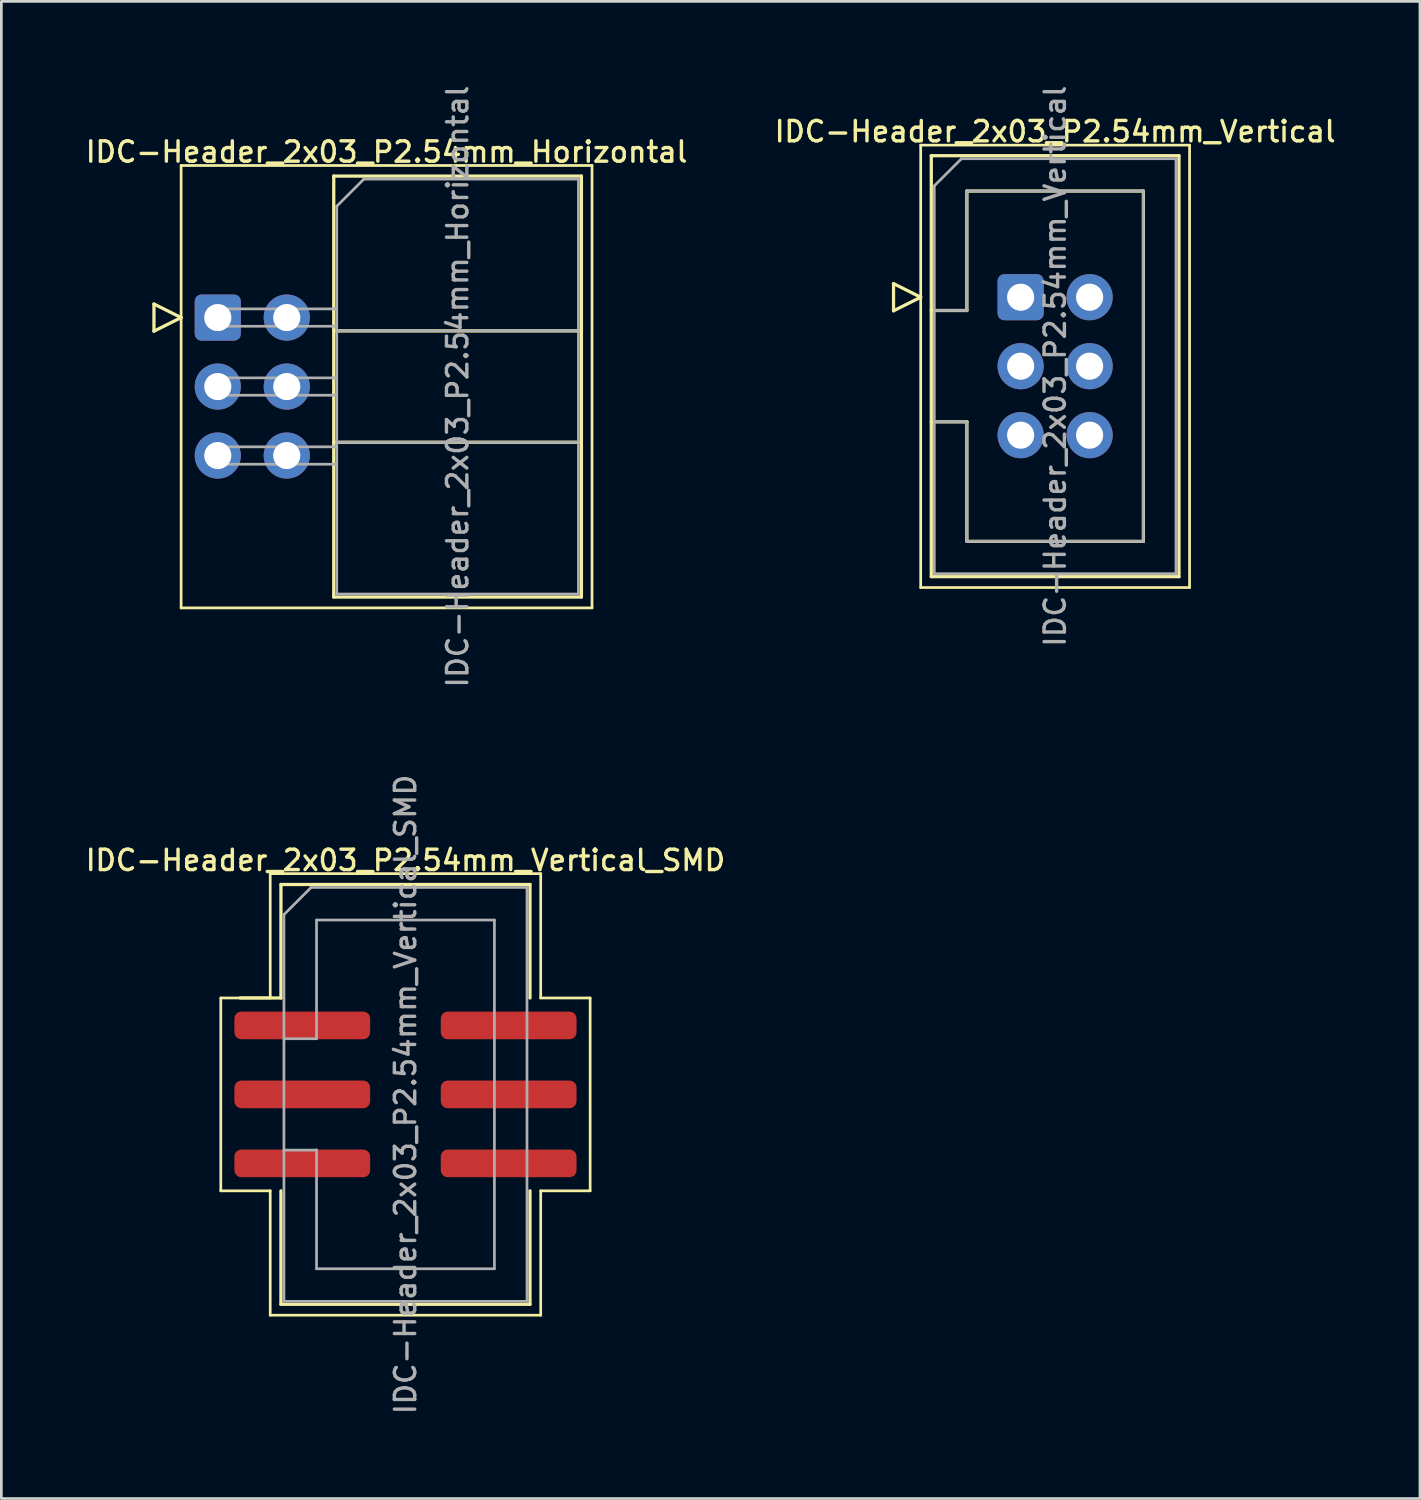
<source format=kicad_pcb>
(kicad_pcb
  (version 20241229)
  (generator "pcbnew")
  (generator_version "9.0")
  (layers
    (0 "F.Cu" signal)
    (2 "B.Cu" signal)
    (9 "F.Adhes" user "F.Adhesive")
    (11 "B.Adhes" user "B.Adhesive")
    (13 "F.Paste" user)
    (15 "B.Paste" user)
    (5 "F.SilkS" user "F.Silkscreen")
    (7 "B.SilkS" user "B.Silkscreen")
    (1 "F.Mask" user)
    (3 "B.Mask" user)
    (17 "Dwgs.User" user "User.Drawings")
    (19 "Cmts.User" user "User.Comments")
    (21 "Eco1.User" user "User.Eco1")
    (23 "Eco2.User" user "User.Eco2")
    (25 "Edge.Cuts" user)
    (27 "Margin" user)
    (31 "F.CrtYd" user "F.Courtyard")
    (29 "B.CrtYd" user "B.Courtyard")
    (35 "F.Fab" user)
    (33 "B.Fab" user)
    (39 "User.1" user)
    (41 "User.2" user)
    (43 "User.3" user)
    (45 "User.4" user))
  (footprint "IDC-Header_2x03_P2.54mm_Horizontal"
    (layer "F.Cu")
    (at 4.969 8.644)
    (property "Reference" "IDC-Header_2x03_P2.54mm_Horizontal" (at 6.215 -6.1 0) (layer "F.SilkS") (effects (font (size 0.75 0.75) (thickness 0.125))))
    (attr through_hole)
    (fp_line (start -2.35 -0.5) (end -2.35 0.5) (stroke (width 0.12) (type solid)) (layer "F.SilkS"))
    (fp_line (start -2.35 0.5) (end -1.35 0) (stroke (width 0.12) (type solid)) (layer "F.SilkS"))
    (fp_line (start -1.35 -5.6) (end -1.35 10.69) (stroke (width 0.1) (type solid)) (layer "F.SilkS"))
    (fp_line (start -1.35 0) (end -2.35 -0.5) (stroke (width 0.12) (type solid)) (layer "F.SilkS"))
    (fp_line (start -1.35 10.69) (end 13.78 10.69) (stroke (width 0.1) (type solid)) (layer "F.SilkS"))
    (fp_line (start 4.27 -5.21) (end 13.39 -5.21) (stroke (width 0.12) (type solid)) (layer "F.SilkS"))
    (fp_line (start 4.27 0.49) (end 13.39 0.49) (stroke (width 0.12) (type solid)) (layer "F.SilkS"))
    (fp_line (start 4.27 4.59) (end 13.39 4.59) (stroke (width 0.12) (type solid)) (layer "F.SilkS"))
    (fp_line (start 4.27 10.29) (end 4.27 -5.21) (stroke (width 0.12) (type solid)) (layer "F.SilkS"))
    (fp_line (start 13.39 -5.21) (end 13.39 10.29) (stroke (width 0.12) (type solid)) (layer "F.SilkS"))
    (fp_line (start 13.39 10.29) (end 4.27 10.29) (stroke (width 0.12) (type solid)) (layer "F.SilkS"))
    (fp_line (start 13.78 -5.6) (end -1.35 -5.6) (stroke (width 0.1) (type solid)) (layer "F.SilkS"))
    (fp_line (start 13.78 10.69) (end 13.78 -5.6) (stroke (width 0.1) (type solid)) (layer "F.SilkS"))
    (fp_line (start -0.32 -0.32) (end -0.32 0.32) (stroke (width 0.1) (type solid)) (layer "F.Fab"))
    (fp_line (start -0.32 0.32) (end 4.38 0.32) (stroke (width 0.1) (type solid)) (layer "F.Fab"))
    (fp_line (start -0.32 2.22) (end -0.32 2.86) (stroke (width 0.1) (type solid)) (layer "F.Fab"))
    (fp_line (start -0.32 2.86) (end 4.38 2.86) (stroke (width 0.1) (type solid)) (layer "F.Fab"))
    (fp_line (start -0.32 4.76) (end -0.32 5.4) (stroke (width 0.1) (type solid)) (layer "F.Fab"))
    (fp_line (start -0.32 5.4) (end 4.38 5.4) (stroke (width 0.1) (type solid)) (layer "F.Fab"))
    (fp_line (start 4.38 -4.1) (end 5.38 -5.1) (stroke (width 0.1) (type solid)) (layer "F.Fab"))
    (fp_line (start 4.38 -0.32) (end -0.32 -0.32) (stroke (width 0.1) (type solid)) (layer "F.Fab"))
    (fp_line (start 4.38 0.49) (end 13.28 0.49) (stroke (width 0.1) (type solid)) (layer "F.Fab"))
    (fp_line (start 4.38 2.22) (end -0.32 2.22) (stroke (width 0.1) (type solid)) (layer "F.Fab"))
    (fp_line (start 4.38 4.59) (end 13.28 4.59) (stroke (width 0.1) (type solid)) (layer "F.Fab"))
    (fp_line (start 4.38 4.76) (end -0.32 4.76) (stroke (width 0.1) (type solid)) (layer "F.Fab"))
    (fp_line (start 4.38 10.18) (end 4.38 -4.1) (stroke (width 0.1) (type solid)) (layer "F.Fab"))
    (fp_line (start 5.38 -5.1) (end 13.28 -5.1) (stroke (width 0.1) (type solid)) (layer "F.Fab"))
    (fp_line (start 13.28 -5.1) (end 13.28 10.18) (stroke (width 0.1) (type solid)) (layer "F.Fab"))
    (fp_line (start 13.28 10.18) (end 4.38 10.18) (stroke (width 0.1) (type solid)) (layer "F.Fab"))
    (fp_text user "${REFERENCE}" (at 8.83 2.54 90) (layer "F.Fab") (effects (font (size 0.75 0.75) (thickness 0.125))))
    (pad "1" thru_hole roundrect (at 0 0) (size 1.7 1.7) (drill 1) (layers "*.Cu" "*.Mask") (roundrect_rratio 0.147))
    (pad "2" thru_hole circle (at 2.54 0) (size 1.7 1.7) (drill 1) (layers "*.Cu" "*.Mask"))
    (pad "3" thru_hole circle (at 0 2.54) (size 1.7 1.7) (drill 1) (layers "*.Cu" "*.Mask"))
    (pad "4" thru_hole circle (at 2.54 2.54) (size 1.7 1.7) (drill 1) (layers "*.Cu" "*.Mask"))
    (pad "5" thru_hole circle (at 0 5.08) (size 1.7 1.7) (drill 1) (layers "*.Cu" "*.Mask"))
    (pad "6" thru_hole circle (at 2.54 5.08) (size 1.7 1.7) (drill 1) (layers "*.Cu" "*.Mask")))
  (footprint "IDC-Header_2x03_P2.54mm_Vertical_SMD"
    (layer "F.Cu")
    (at 11.88 37.248)
    (property "Reference" "IDC-Header_2x03_P2.54mm_Vertical_SMD" (at 0 -8.62 0) (layer "F.SilkS") (effects (font (size 0.75 0.75) (thickness 0.125))))
    (attr smd)
    (fp_line (start -6.8 -3.55) (end -6.8 3.55) (stroke (width 0.1) (type solid)) (layer "F.SilkS"))
    (fp_line (start -6.8 3.55) (end -4.98 3.55) (stroke (width 0.1) (type solid)) (layer "F.SilkS"))
    (fp_line (start -4.98 -8.13) (end -4.98 -3.55) (stroke (width 0.1) (type solid)) (layer "F.SilkS"))
    (fp_line (start -4.98 -3.55) (end -6.8 -3.55) (stroke (width 0.1) (type solid)) (layer "F.SilkS"))
    (fp_line (start -4.98 3.55) (end -4.98 8.13) (stroke (width 0.1) (type solid)) (layer "F.SilkS"))
    (fp_line (start -4.98 8.13) (end 4.98 8.13) (stroke (width 0.1) (type solid)) (layer "F.SilkS"))
    (fp_line (start -4.585 -7.73) (end 4.585 -7.73) (stroke (width 0.12) (type solid)) (layer "F.SilkS"))
    (fp_line (start -4.585 -3.55) (end -6.085 -3.55) (stroke (width 0.12) (type solid)) (layer "F.SilkS"))
    (fp_line (start -4.585 -3.55) (end -4.585 -7.73) (stroke (width 0.12) (type solid)) (layer "F.SilkS"))
    (fp_line (start -4.585 3.55) (end -4.585 7.73) (stroke (width 0.12) (type solid)) (layer "F.SilkS"))
    (fp_line (start -4.585 7.73) (end 4.585 7.73) (stroke (width 0.12) (type solid)) (layer "F.SilkS"))
    (fp_line (start 4.585 -7.73) (end 4.585 -3.55) (stroke (width 0.12) (type solid)) (layer "F.SilkS"))
    (fp_line (start 4.585 7.73) (end 4.585 3.55) (stroke (width 0.12) (type solid)) (layer "F.SilkS"))
    (fp_line (start 4.98 -8.13) (end -4.98 -8.13) (stroke (width 0.1) (type solid)) (layer "F.SilkS"))
    (fp_line (start 4.98 -3.55) (end 4.98 -8.13) (stroke (width 0.1) (type solid)) (layer "F.SilkS"))
    (fp_line (start 4.98 3.55) (end 6.8 3.55) (stroke (width 0.1) (type solid)) (layer "F.SilkS"))
    (fp_line (start 4.98 8.13) (end 4.98 3.55) (stroke (width 0.1) (type solid)) (layer "F.SilkS"))
    (fp_line (start 6.8 -3.55) (end 4.98 -3.55) (stroke (width 0.1) (type solid)) (layer "F.SilkS"))
    (fp_line (start 6.8 3.55) (end 6.8 -3.55) (stroke (width 0.1) (type solid)) (layer "F.SilkS"))
    (fp_line (start -4.475 -6.62) (end -3.475 -7.62) (stroke (width 0.1) (type solid)) (layer "F.Fab"))
    (fp_line (start -4.475 -2.05) (end -3.275 -2.05) (stroke (width 0.1) (type solid)) (layer "F.Fab"))
    (fp_line (start -4.475 7.62) (end -4.475 -6.62) (stroke (width 0.1) (type solid)) (layer "F.Fab"))
    (fp_line (start -3.475 -7.62) (end 4.475 -7.62) (stroke (width 0.1) (type solid)) (layer "F.Fab"))
    (fp_line (start -3.275 -6.42) (end 3.275 -6.42) (stroke (width 0.1) (type solid)) (layer "F.Fab"))
    (fp_line (start -3.275 -2.05) (end -3.275 -6.42) (stroke (width 0.1) (type solid)) (layer "F.Fab"))
    (fp_line (start -3.275 2.05) (end -4.475 2.05) (stroke (width 0.1) (type solid)) (layer "F.Fab"))
    (fp_line (start -3.275 2.05) (end -3.275 2.05) (stroke (width 0.1) (type solid)) (layer "F.Fab"))
    (fp_line (start -3.275 6.42) (end -3.275 2.05) (stroke (width 0.1) (type solid)) (layer "F.Fab"))
    (fp_line (start 3.275 -6.42) (end 3.275 6.42) (stroke (width 0.1) (type solid)) (layer "F.Fab"))
    (fp_line (start 3.275 6.42) (end -3.275 6.42) (stroke (width 0.1) (type solid)) (layer "F.Fab"))
    (fp_line (start 4.475 -7.62) (end 4.475 7.62) (stroke (width 0.1) (type solid)) (layer "F.Fab"))
    (fp_line (start 4.475 7.62) (end -4.475 7.62) (stroke (width 0.1) (type solid)) (layer "F.Fab"))
    (fp_text user "${REFERENCE}" (at 0 0 90) (layer "F.Fab") (effects (font (size 0.75 0.75) (thickness 0.125))))
    (pad "1" smd roundrect (at -3.8 -2.54) (size 5 1.02) (layers "F.Cu" "F.Mask" "F.Paste") (roundrect_rratio 0.25))
    (pad "2" smd roundrect (at 3.8 -2.54) (size 5 1.02) (layers "F.Cu" "F.Mask" "F.Paste") (roundrect_rratio 0.25))
    (pad "3" smd roundrect (at -3.8 0) (size 5 1.02) (layers "F.Cu" "F.Mask" "F.Paste") (roundrect_rratio 0.25))
    (pad "4" smd roundrect (at 3.8 0) (size 5 1.02) (layers "F.Cu" "F.Mask" "F.Paste") (roundrect_rratio 0.25))
    (pad "5" smd roundrect (at -3.8 2.54) (size 5 1.02) (layers "F.Cu" "F.Mask" "F.Paste") (roundrect_rratio 0.25))
    (pad "6" smd roundrect (at 3.8 2.54) (size 5 1.02) (layers "F.Cu" "F.Mask" "F.Paste") (roundrect_rratio 0.25)))
  (footprint "IDC-Header_2x03_P2.54mm_Vertical"
    (layer "F.Cu")
    (at 34.532 7.894)
    (property "Reference" "IDC-Header_2x03_P2.54mm_Vertical" (at 1.27 -6.1 0) (layer "F.SilkS") (effects (font (size 0.75 0.75) (thickness 0.125))))
    (attr through_hole)
    (fp_line (start -4.68 -0.5) (end -4.68 0.5) (stroke (width 0.12) (type solid)) (layer "F.SilkS"))
    (fp_line (start -4.68 0.5) (end -3.68 0) (stroke (width 0.12) (type solid)) (layer "F.SilkS"))
    (fp_line (start -3.68 -5.6) (end -3.68 10.69) (stroke (width 0.1) (type solid)) (layer "F.SilkS"))
    (fp_line (start -3.68 0) (end -4.68 -0.5) (stroke (width 0.12) (type solid)) (layer "F.SilkS"))
    (fp_line (start -3.68 10.69) (end 6.22 10.69) (stroke (width 0.1) (type solid)) (layer "F.SilkS"))
    (fp_line (start -3.29 -5.21) (end 5.83 -5.21) (stroke (width 0.12) (type solid)) (layer "F.SilkS"))
    (fp_line (start -3.29 0.49) (end -1.98 0.49) (stroke (width 0.12) (type solid)) (layer "F.SilkS"))
    (fp_line (start -3.29 10.29) (end -3.29 -5.21) (stroke (width 0.12) (type solid)) (layer "F.SilkS"))
    (fp_line (start -1.98 -3.91) (end 4.52 -3.91) (stroke (width 0.12) (type solid)) (layer "F.SilkS"))
    (fp_line (start -1.98 0.49) (end -1.98 -3.91) (stroke (width 0.12) (type solid)) (layer "F.SilkS"))
    (fp_line (start -1.98 4.59) (end -3.29 4.59) (stroke (width 0.12) (type solid)) (layer "F.SilkS"))
    (fp_line (start -1.98 4.59) (end -1.98 4.59) (stroke (width 0.12) (type solid)) (layer "F.SilkS"))
    (fp_line (start -1.98 8.99) (end -1.98 4.59) (stroke (width 0.12) (type solid)) (layer "F.SilkS"))
    (fp_line (start 4.52 -3.91) (end 4.52 8.99) (stroke (width 0.12) (type solid)) (layer "F.SilkS"))
    (fp_line (start 4.52 8.99) (end -1.98 8.99) (stroke (width 0.12) (type solid)) (layer "F.SilkS"))
    (fp_line (start 5.83 -5.21) (end 5.83 10.29) (stroke (width 0.12) (type solid)) (layer "F.SilkS"))
    (fp_line (start 5.83 10.29) (end -3.29 10.29) (stroke (width 0.12) (type solid)) (layer "F.SilkS"))
    (fp_line (start 6.22 -5.6) (end -3.68 -5.6) (stroke (width 0.1) (type solid)) (layer "F.SilkS"))
    (fp_line (start 6.22 10.69) (end 6.22 -5.6) (stroke (width 0.1) (type solid)) (layer "F.SilkS"))
    (fp_line (start -3.18 -4.1) (end -2.18 -5.1) (stroke (width 0.1) (type solid)) (layer "F.Fab"))
    (fp_line (start -3.18 0.49) (end -1.98 0.49) (stroke (width 0.1) (type solid)) (layer "F.Fab"))
    (fp_line (start -3.18 10.18) (end -3.18 -4.1) (stroke (width 0.1) (type solid)) (layer "F.Fab"))
    (fp_line (start -2.18 -5.1) (end 5.72 -5.1) (stroke (width 0.1) (type solid)) (layer "F.Fab"))
    (fp_line (start -1.98 -3.91) (end 4.52 -3.91) (stroke (width 0.1) (type solid)) (layer "F.Fab"))
    (fp_line (start -1.98 0.49) (end -1.98 -3.91) (stroke (width 0.1) (type solid)) (layer "F.Fab"))
    (fp_line (start -1.98 4.59) (end -3.18 4.59) (stroke (width 0.1) (type solid)) (layer "F.Fab"))
    (fp_line (start -1.98 4.59) (end -1.98 4.59) (stroke (width 0.1) (type solid)) (layer "F.Fab"))
    (fp_line (start -1.98 8.99) (end -1.98 4.59) (stroke (width 0.1) (type solid)) (layer "F.Fab"))
    (fp_line (start 4.52 -3.91) (end 4.52 8.99) (stroke (width 0.1) (type solid)) (layer "F.Fab"))
    (fp_line (start 4.52 8.99) (end -1.98 8.99) (stroke (width 0.1) (type solid)) (layer "F.Fab"))
    (fp_line (start 5.72 -5.1) (end 5.72 10.18) (stroke (width 0.1) (type solid)) (layer "F.Fab"))
    (fp_line (start 5.72 10.18) (end -3.18 10.18) (stroke (width 0.1) (type solid)) (layer "F.Fab"))
    (fp_text user "${REFERENCE}" (at 1.27 2.54 90) (layer "F.Fab") (effects (font (size 0.75 0.75) (thickness 0.125))))
    (pad "1" thru_hole roundrect (at 0 0) (size 1.7 1.7) (drill 1) (layers "*.Cu" "*.Mask") (roundrect_rratio 0.147))
    (pad "2" thru_hole circle (at 2.54 0) (size 1.7 1.7) (drill 1) (layers "*.Cu" "*.Mask"))
    (pad "3" thru_hole circle (at 0 2.54) (size 1.7 1.7) (drill 1) (layers "*.Cu" "*.Mask"))
    (pad "4" thru_hole circle (at 2.54 2.54) (size 1.7 1.7) (drill 1) (layers "*.Cu" "*.Mask"))
    (pad "5" thru_hole circle (at 0 5.08) (size 1.7 1.7) (drill 1) (layers "*.Cu" "*.Mask"))
    (pad "6" thru_hole circle (at 2.54 5.08) (size 1.7 1.7) (drill 1) (layers "*.Cu" "*.Mask")))
  (gr_rect
    (start -3 -3)
    (end 49.236 52.129)
    (stroke (width 0.1) (type default))
    (fill no)
    (layer "Edge.Cuts")))
</source>
